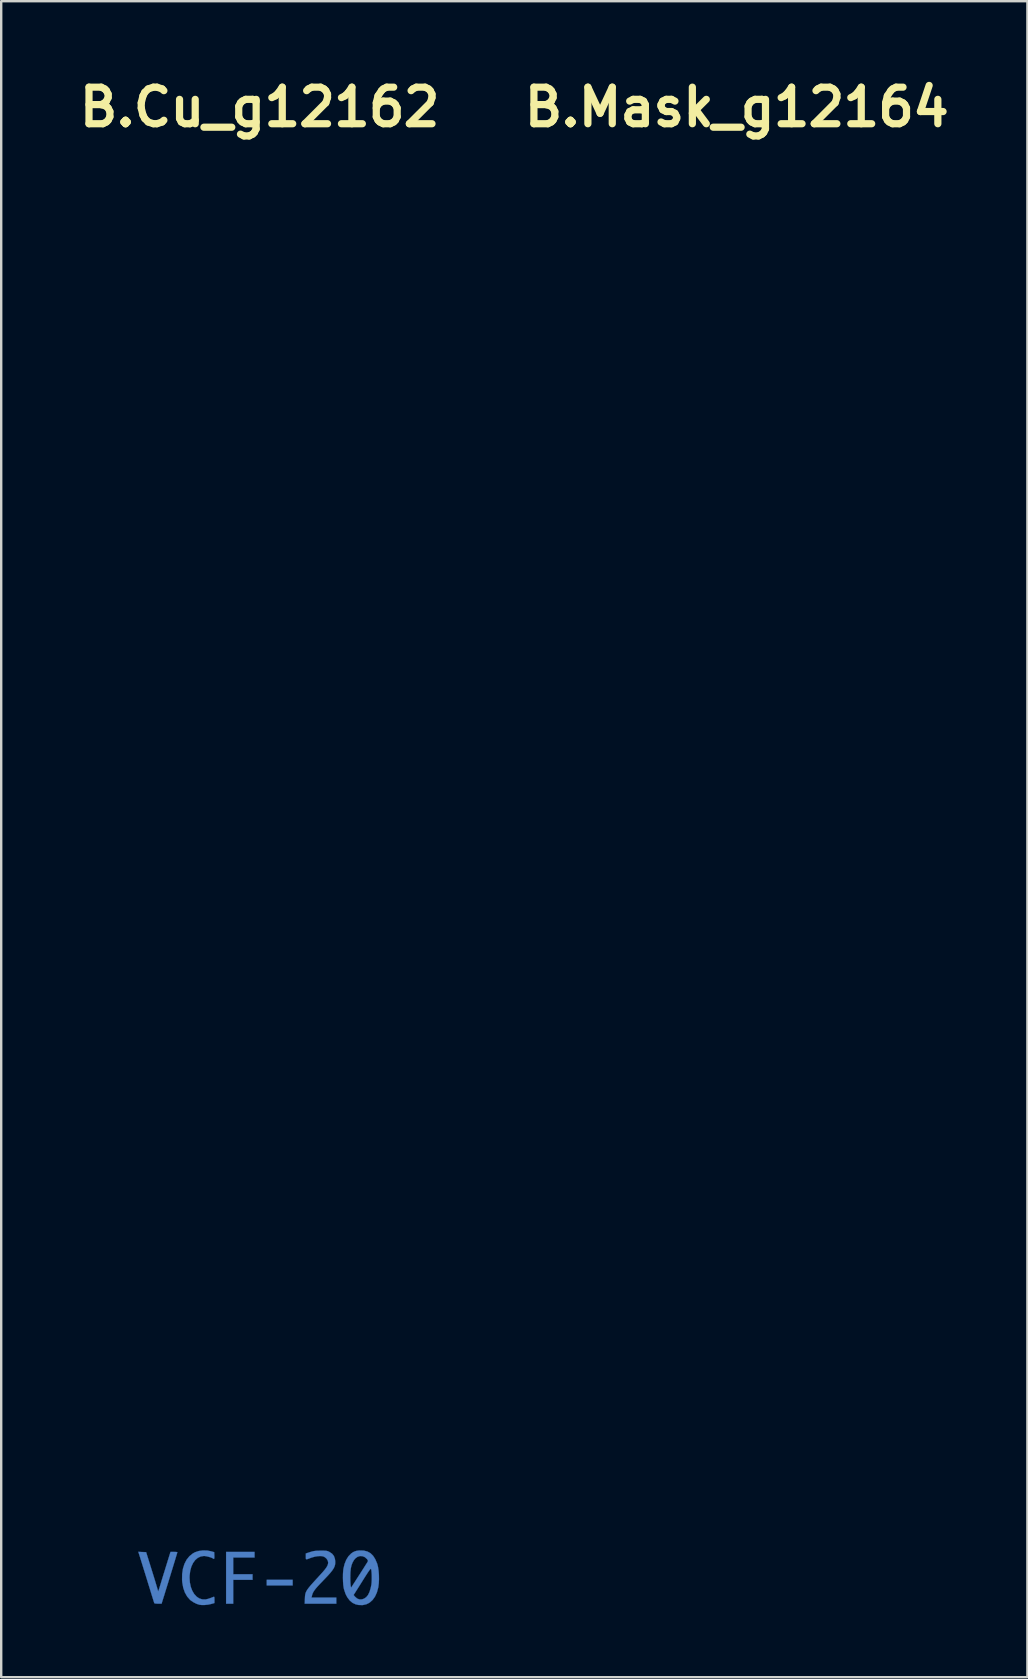
<source format=kicad_pcb>
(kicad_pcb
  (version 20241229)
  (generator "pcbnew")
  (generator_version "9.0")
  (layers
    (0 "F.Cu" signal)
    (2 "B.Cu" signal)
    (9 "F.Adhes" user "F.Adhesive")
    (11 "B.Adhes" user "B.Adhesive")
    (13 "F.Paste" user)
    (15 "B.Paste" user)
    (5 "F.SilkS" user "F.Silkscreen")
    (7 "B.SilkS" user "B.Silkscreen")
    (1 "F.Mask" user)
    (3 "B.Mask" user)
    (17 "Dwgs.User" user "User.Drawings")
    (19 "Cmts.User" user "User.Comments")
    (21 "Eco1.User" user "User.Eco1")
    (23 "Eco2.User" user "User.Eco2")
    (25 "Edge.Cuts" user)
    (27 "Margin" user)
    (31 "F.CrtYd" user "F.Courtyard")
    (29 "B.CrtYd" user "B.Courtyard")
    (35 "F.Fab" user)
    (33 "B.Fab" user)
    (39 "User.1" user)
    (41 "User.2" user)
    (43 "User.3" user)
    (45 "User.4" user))
  (footprint "B.Cu_g12162"
    (layer "F.Cu")
    (at 7.772 1.418)
    (property "Reference" "B.Cu_g12162" (at 0 0 0) (layer "F.SilkS") (effects (font (size 1.524 1.524) (thickness 0.3))))
    (attr through_hole)
    (fp_poly (pts (xy 1.376 61.616) (xy 0.296 61.616) (xy 0.296 61.383) (xy 1.376 61.383) (xy 1.376 61.616)) (stroke (width 0.01) (type solid)) (fill yes) (layer "B.Cu"))
    (fp_poly (pts (xy -0.212 60.452) (xy -1.101 60.452) (xy -1.101 61.151) (xy -0.296 61.151) (xy -0.296 61.383) (xy -1.101 61.383) (xy -1.101 62.378) (xy -1.397 62.378) (xy -1.397 60.219) (xy -0.212 60.219) (xy -0.212 60.452)) (stroke (width 0.01) (type solid)) (fill yes) (layer "B.Cu"))
    (fp_poly (pts (xy -2.181 60.163) (xy -2.032 60.192) (xy -1.894 60.23) (xy -1.888 60.373) (xy -1.887 60.457) (xy -1.895 60.503) (xy -1.912 60.514) (xy -1.938 60.496) (xy -1.979 60.472) (xy -2.049 60.446) (xy -2.134 60.421) (xy -2.221 60.401) (xy -2.297 60.39) (xy -2.322 60.389) (xy -2.457 60.41) (xy -2.579 60.468) (xy -2.686 60.56) (xy -2.775 60.683) (xy -2.846 60.834) (xy -2.894 61.009) (xy -2.918 61.204) (xy -2.921 61.295) (xy -2.908 61.494) (xy -2.87 61.676) (xy -2.809 61.836) (xy -2.729 61.972) (xy -2.632 62.079) (xy -2.52 62.156) (xy -2.396 62.197) (xy -2.261 62.201) (xy -2.239 62.198) (xy -2.145 62.176) (xy -2.029 62.136) (xy -1.921 62.093) (xy -1.901 62.089) (xy -1.89 62.103) (xy -1.885 62.144) (xy -1.884 62.214) (xy -1.884 62.351) (xy -2.016 62.389) (xy -2.149 62.417) (xy -2.291 62.432) (xy -2.424 62.432) (xy -2.511 62.421) (xy -2.629 62.383) (xy -2.753 62.321) (xy -2.865 62.246) (xy -2.899 62.218) (xy -3.02 62.08) (xy -3.116 61.911) (xy -3.184 61.714) (xy -3.224 61.491) (xy -3.233 61.383) (xy -3.229 61.14) (xy -3.196 60.918) (xy -3.133 60.718) (xy -3.043 60.544) (xy -2.926 60.399) (xy -2.784 60.284) (xy -2.693 60.234) (xy -2.537 60.182) (xy -2.362 60.158) (xy -2.181 60.163)) (stroke (width 0.01) (type solid)) (fill yes) (layer "B.Cu"))
    (fp_poly (pts (xy -4.894 60.224) (xy -4.731 60.23) (xy -4.483 61.023) (xy -4.428 61.2) (xy -4.377 61.365) (xy -4.332 61.514) (xy -4.294 61.642) (xy -4.264 61.745) (xy -4.243 61.818) (xy -4.234 61.856) (xy -4.233 61.86) (xy -4.227 61.858) (xy -4.212 61.821) (xy -4.189 61.757) (xy -4.162 61.67) (xy -4.162 61.669) (xy -4.137 61.587) (xy -4.102 61.473) (xy -4.06 61.333) (xy -4.012 61.177) (xy -3.96 61.011) (xy -3.909 60.844) (xy -3.904 60.828) (xy -3.715 60.219) (xy -3.572 60.219) (xy -3.5 60.221) (xy -3.449 60.226) (xy -3.429 60.233) (xy -3.429 60.233) (xy -3.435 60.255) (xy -3.452 60.313) (xy -3.479 60.403) (xy -3.514 60.519) (xy -3.556 60.658) (xy -3.604 60.814) (xy -3.656 60.984) (xy -3.711 61.163) (xy -3.767 61.345) (xy -3.823 61.528) (xy -3.878 61.705) (xy -3.93 61.873) (xy -3.977 62.027) (xy -4.003 62.108) (xy -4.087 62.378) (xy -4.235 62.378) (xy -4.328 62.374) (xy -4.38 62.363) (xy -4.392 62.352) (xy -4.4 62.327) (xy -4.42 62.265) (xy -4.449 62.172) (xy -4.487 62.05) (xy -4.532 61.904) (xy -4.583 61.737) (xy -4.64 61.555) (xy -4.699 61.362) (xy -4.76 61.165) (xy -4.818 60.978) (xy -4.872 60.805) (xy -4.92 60.65) (xy -4.961 60.519) (xy -4.993 60.415) (xy -5.016 60.343) (xy -5.027 60.308) (xy -5.057 60.217) (xy -4.894 60.224)) (stroke (width 0.01) (type solid)) (fill yes) (layer "B.Cu"))
    (fp_poly (pts (xy 2.734 60.17) (xy 2.792 60.177) (xy 2.838 60.188) (xy 2.883 60.207) (xy 2.91 60.221) (xy 3.021 60.295) (xy 3.096 60.389) (xy 3.138 60.507) (xy 3.15 60.602) (xy 3.151 60.683) (xy 3.143 60.758) (xy 3.121 60.831) (xy 3.084 60.907) (xy 3.029 60.99) (xy 2.953 61.086) (xy 2.852 61.2) (xy 2.724 61.335) (xy 2.667 61.394) (xy 2.534 61.533) (xy 2.428 61.646) (xy 2.346 61.74) (xy 2.285 61.819) (xy 2.241 61.887) (xy 2.21 61.948) (xy 2.19 62.009) (xy 2.184 62.034) (xy 2.163 62.124) (xy 3.196 62.124) (xy 3.196 62.378) (xy 1.88 62.378) (xy 1.887 62.172) (xy 1.89 62.095) (xy 1.896 62.029) (xy 1.906 61.97) (xy 1.924 61.912) (xy 1.952 61.853) (xy 1.992 61.787) (xy 2.047 61.713) (xy 2.12 61.624) (xy 2.214 61.518) (xy 2.33 61.39) (xy 2.471 61.236) (xy 2.524 61.178) (xy 2.639 61.051) (xy 2.726 60.947) (xy 2.788 60.861) (xy 2.828 60.789) (xy 2.85 60.724) (xy 2.857 60.662) (xy 2.857 60.658) (xy 2.838 60.577) (xy 2.787 60.5) (xy 2.714 60.438) (xy 2.652 60.408) (xy 2.558 60.392) (xy 2.439 60.396) (xy 2.308 60.416) (xy 2.176 60.453) (xy 2.148 60.462) (xy 2.051 60.499) (xy 1.987 60.522) (xy 1.95 60.527) (xy 1.931 60.516) (xy 1.926 60.484) (xy 1.926 60.432) (xy 1.926 60.413) (xy 1.926 60.285) (xy 2.101 60.228) (xy 2.185 60.202) (xy 2.261 60.185) (xy 2.341 60.175) (xy 2.44 60.17) (xy 2.54 60.168) (xy 2.653 60.168) (xy 2.734 60.17)) (stroke (width 0.01) (type solid)) (fill yes) (layer "B.Cu"))
    (fp_poly (pts (xy 4.34 60.165) (xy 4.49 60.202) (xy 4.618 60.272) (xy 4.727 60.378) (xy 4.819 60.521) (xy 4.897 60.703) (xy 4.903 60.72) (xy 4.935 60.847) (xy 4.958 61.004) (xy 4.972 61.177) (xy 4.975 61.356) (xy 4.967 61.528) (xy 4.948 61.681) (xy 4.944 61.702) (xy 4.889 61.907) (xy 4.81 62.08) (xy 4.709 62.222) (xy 4.589 62.329) (xy 4.451 62.401) (xy 4.299 62.436) (xy 4.133 62.433) (xy 4.005 62.405) (xy 3.877 62.346) (xy 3.761 62.25) (xy 3.661 62.121) (xy 3.605 62.016) (xy 3.916 62.016) (xy 3.973 62.083) (xy 4.062 62.162) (xy 4.16 62.2) (xy 4.267 62.197) (xy 4.352 62.168) (xy 4.442 62.108) (xy 4.518 62.016) (xy 4.58 61.888) (xy 4.63 61.723) (xy 4.658 61.587) (xy 4.667 61.507) (xy 4.673 61.406) (xy 4.674 61.295) (xy 4.673 61.182) (xy 4.667 61.08) (xy 4.659 60.996) (xy 4.648 60.942) (xy 4.644 60.933) (xy 4.634 60.926) (xy 4.617 60.935) (xy 4.592 60.963) (xy 4.555 61.013) (xy 4.504 61.088) (xy 4.436 61.193) (xy 4.349 61.33) (xy 4.341 61.343) (xy 4.259 61.474) (xy 4.181 61.599) (xy 4.109 61.712) (xy 4.05 61.806) (xy 4.006 61.875) (xy 3.988 61.904) (xy 3.916 62.016) (xy 3.605 62.016) (xy 3.579 61.964) (xy 3.519 61.784) (xy 3.504 61.718) (xy 3.487 61.6) (xy 3.477 61.456) (xy 3.472 61.298) (xy 3.473 61.267) (xy 3.778 61.267) (xy 3.78 61.411) (xy 3.785 61.53) (xy 3.793 61.621) (xy 3.803 61.679) (xy 3.815 61.7) (xy 3.82 61.698) (xy 3.833 61.679) (xy 3.865 61.629) (xy 3.915 61.552) (xy 3.979 61.453) (xy 4.054 61.336) (xy 4.137 61.206) (xy 4.159 61.172) (xy 4.245 61.038) (xy 4.324 60.915) (xy 4.392 60.806) (xy 4.448 60.718) (xy 4.488 60.655) (xy 4.509 60.621) (xy 4.51 60.618) (xy 4.515 60.582) (xy 4.489 60.535) (xy 4.474 60.516) (xy 4.384 60.437) (xy 4.283 60.396) (xy 4.179 60.393) (xy 4.077 60.426) (xy 3.984 60.496) (xy 3.929 60.565) (xy 3.87 60.67) (xy 3.828 60.783) (xy 3.799 60.914) (xy 3.783 61.069) (xy 3.778 61.257) (xy 3.778 61.267) (xy 3.473 61.267) (xy 3.474 61.142) (xy 3.483 61.001) (xy 3.493 60.923) (xy 3.54 60.725) (xy 3.61 60.55) (xy 3.702 60.403) (xy 3.812 60.289) (xy 3.892 60.233) (xy 3.969 60.196) (xy 4.044 60.174) (xy 4.137 60.162) (xy 4.167 60.16) (xy 4.34 60.165)) (stroke (width 0.01) (type solid)) (fill yes) (layer "B.Cu")))
  (footprint "B.Mask_g12164"
    (layer "F.Cu")
    (at 27.66 1.418)
    (property "Reference" "B.Mask_g12164" (at 0 0 0) (layer "F.SilkS") (effects (font (size 1.524 1.524) (thickness 0.3))))
    (attr through_hole)
    (fp_poly (pts (xy 1.376 61.616) (xy 0.296 61.616) (xy 0.296 61.383) (xy 1.376 61.383) (xy 1.376 61.616)) (stroke (width 0.01) (type solid)) (fill yes) (layer "B.Mask"))
    (fp_poly (pts (xy -0.212 60.452) (xy -1.101 60.452) (xy -1.101 61.151) (xy -0.296 61.151) (xy -0.296 61.383) (xy -1.101 61.383) (xy -1.101 62.378) (xy -1.397 62.378) (xy -1.397 60.219) (xy -0.212 60.219) (xy -0.212 60.452)) (stroke (width 0.01) (type solid)) (fill yes) (layer "B.Mask"))
    (fp_poly (pts (xy -2.181 60.163) (xy -2.032 60.192) (xy -1.894 60.23) (xy -1.888 60.373) (xy -1.887 60.457) (xy -1.895 60.503) (xy -1.912 60.514) (xy -1.938 60.496) (xy -1.979 60.472) (xy -2.049 60.446) (xy -2.134 60.421) (xy -2.221 60.401) (xy -2.297 60.39) (xy -2.322 60.389) (xy -2.457 60.41) (xy -2.579 60.468) (xy -2.686 60.56) (xy -2.775 60.683) (xy -2.846 60.834) (xy -2.894 61.009) (xy -2.918 61.204) (xy -2.921 61.295) (xy -2.908 61.494) (xy -2.87 61.676) (xy -2.809 61.836) (xy -2.729 61.972) (xy -2.632 62.079) (xy -2.52 62.156) (xy -2.396 62.197) (xy -2.261 62.201) (xy -2.239 62.198) (xy -2.145 62.176) (xy -2.029 62.136) (xy -1.921 62.093) (xy -1.901 62.089) (xy -1.89 62.103) (xy -1.885 62.144) (xy -1.884 62.214) (xy -1.884 62.351) (xy -2.016 62.389) (xy -2.149 62.417) (xy -2.291 62.432) (xy -2.424 62.432) (xy -2.511 62.421) (xy -2.629 62.383) (xy -2.753 62.321) (xy -2.865 62.246) (xy -2.899 62.218) (xy -3.02 62.08) (xy -3.116 61.911) (xy -3.184 61.714) (xy -3.224 61.491) (xy -3.233 61.383) (xy -3.229 61.14) (xy -3.196 60.918) (xy -3.133 60.718) (xy -3.043 60.544) (xy -2.926 60.399) (xy -2.784 60.284) (xy -2.693 60.234) (xy -2.537 60.182) (xy -2.362 60.158) (xy -2.181 60.163)) (stroke (width 0.01) (type solid)) (fill yes) (layer "B.Mask"))
    (fp_poly (pts (xy -4.894 60.224) (xy -4.731 60.23) (xy -4.483 61.023) (xy -4.428 61.2) (xy -4.377 61.365) (xy -4.332 61.514) (xy -4.294 61.642) (xy -4.264 61.745) (xy -4.243 61.818) (xy -4.234 61.856) (xy -4.233 61.86) (xy -4.227 61.858) (xy -4.212 61.821) (xy -4.189 61.757) (xy -4.162 61.67) (xy -4.162 61.669) (xy -4.137 61.587) (xy -4.102 61.473) (xy -4.06 61.333) (xy -4.012 61.177) (xy -3.96 61.011) (xy -3.909 60.844) (xy -3.904 60.828) (xy -3.715 60.219) (xy -3.572 60.219) (xy -3.5 60.221) (xy -3.449 60.226) (xy -3.429 60.233) (xy -3.429 60.233) (xy -3.435 60.255) (xy -3.452 60.313) (xy -3.479 60.403) (xy -3.514 60.519) (xy -3.556 60.658) (xy -3.604 60.814) (xy -3.656 60.984) (xy -3.711 61.163) (xy -3.767 61.345) (xy -3.823 61.528) (xy -3.878 61.705) (xy -3.93 61.873) (xy -3.977 62.027) (xy -4.003 62.108) (xy -4.087 62.378) (xy -4.235 62.378) (xy -4.328 62.374) (xy -4.38 62.363) (xy -4.392 62.352) (xy -4.4 62.327) (xy -4.42 62.265) (xy -4.449 62.172) (xy -4.487 62.05) (xy -4.532 61.904) (xy -4.583 61.737) (xy -4.64 61.555) (xy -4.699 61.362) (xy -4.76 61.165) (xy -4.818 60.978) (xy -4.872 60.805) (xy -4.92 60.65) (xy -4.961 60.519) (xy -4.993 60.415) (xy -5.016 60.343) (xy -5.027 60.308) (xy -5.057 60.217) (xy -4.894 60.224)) (stroke (width 0.01) (type solid)) (fill yes) (layer "B.Mask"))
    (fp_poly (pts (xy 2.734 60.17) (xy 2.792 60.177) (xy 2.838 60.188) (xy 2.883 60.207) (xy 2.91 60.221) (xy 3.021 60.295) (xy 3.096 60.389) (xy 3.138 60.507) (xy 3.15 60.602) (xy 3.151 60.683) (xy 3.143 60.758) (xy 3.121 60.831) (xy 3.084 60.907) (xy 3.029 60.99) (xy 2.953 61.086) (xy 2.852 61.2) (xy 2.724 61.335) (xy 2.667 61.394) (xy 2.534 61.533) (xy 2.428 61.646) (xy 2.346 61.74) (xy 2.285 61.819) (xy 2.241 61.887) (xy 2.21 61.948) (xy 2.19 62.009) (xy 2.184 62.034) (xy 2.163 62.124) (xy 3.196 62.124) (xy 3.196 62.378) (xy 1.88 62.378) (xy 1.887 62.172) (xy 1.89 62.095) (xy 1.896 62.029) (xy 1.906 61.97) (xy 1.924 61.912) (xy 1.952 61.853) (xy 1.992 61.787) (xy 2.047 61.713) (xy 2.12 61.624) (xy 2.214 61.518) (xy 2.33 61.39) (xy 2.471 61.236) (xy 2.524 61.178) (xy 2.639 61.051) (xy 2.726 60.947) (xy 2.788 60.861) (xy 2.828 60.789) (xy 2.85 60.724) (xy 2.857 60.662) (xy 2.857 60.658) (xy 2.838 60.577) (xy 2.787 60.5) (xy 2.714 60.438) (xy 2.652 60.408) (xy 2.558 60.392) (xy 2.439 60.396) (xy 2.308 60.416) (xy 2.176 60.453) (xy 2.148 60.462) (xy 2.051 60.499) (xy 1.987 60.522) (xy 1.95 60.527) (xy 1.931 60.516) (xy 1.926 60.484) (xy 1.926 60.432) (xy 1.926 60.413) (xy 1.926 60.285) (xy 2.101 60.228) (xy 2.185 60.202) (xy 2.261 60.185) (xy 2.341 60.175) (xy 2.44 60.17) (xy 2.54 60.168) (xy 2.653 60.168) (xy 2.734 60.17)) (stroke (width 0.01) (type solid)) (fill yes) (layer "B.Mask"))
    (fp_poly (pts (xy 4.34 60.165) (xy 4.49 60.202) (xy 4.618 60.272) (xy 4.727 60.378) (xy 4.819 60.521) (xy 4.897 60.703) (xy 4.903 60.72) (xy 4.935 60.847) (xy 4.958 61.004) (xy 4.972 61.177) (xy 4.975 61.356) (xy 4.967 61.528) (xy 4.948 61.681) (xy 4.944 61.702) (xy 4.889 61.907) (xy 4.81 62.08) (xy 4.709 62.222) (xy 4.589 62.329) (xy 4.451 62.401) (xy 4.299 62.436) (xy 4.133 62.433) (xy 4.005 62.405) (xy 3.877 62.346) (xy 3.761 62.25) (xy 3.661 62.121) (xy 3.605 62.016) (xy 3.916 62.016) (xy 3.973 62.083) (xy 4.062 62.162) (xy 4.16 62.2) (xy 4.267 62.197) (xy 4.352 62.168) (xy 4.442 62.108) (xy 4.518 62.016) (xy 4.58 61.888) (xy 4.63 61.723) (xy 4.658 61.587) (xy 4.667 61.507) (xy 4.673 61.406) (xy 4.674 61.295) (xy 4.673 61.182) (xy 4.667 61.08) (xy 4.659 60.996) (xy 4.648 60.942) (xy 4.644 60.933) (xy 4.634 60.926) (xy 4.617 60.935) (xy 4.592 60.963) (xy 4.555 61.013) (xy 4.504 61.088) (xy 4.436 61.193) (xy 4.349 61.33) (xy 4.341 61.343) (xy 4.259 61.474) (xy 4.181 61.599) (xy 4.109 61.712) (xy 4.05 61.806) (xy 4.006 61.875) (xy 3.988 61.904) (xy 3.916 62.016) (xy 3.605 62.016) (xy 3.579 61.964) (xy 3.519 61.784) (xy 3.504 61.718) (xy 3.487 61.6) (xy 3.477 61.456) (xy 3.472 61.298) (xy 3.473 61.267) (xy 3.778 61.267) (xy 3.78 61.411) (xy 3.785 61.53) (xy 3.793 61.621) (xy 3.803 61.679) (xy 3.815 61.7) (xy 3.82 61.698) (xy 3.833 61.679) (xy 3.865 61.629) (xy 3.915 61.552) (xy 3.979 61.453) (xy 4.054 61.336) (xy 4.137 61.206) (xy 4.159 61.172) (xy 4.245 61.038) (xy 4.324 60.915) (xy 4.392 60.806) (xy 4.448 60.718) (xy 4.488 60.655) (xy 4.509 60.621) (xy 4.51 60.618) (xy 4.515 60.582) (xy 4.489 60.535) (xy 4.474 60.516) (xy 4.384 60.437) (xy 4.283 60.396) (xy 4.179 60.393) (xy 4.077 60.426) (xy 3.984 60.496) (xy 3.929 60.565) (xy 3.87 60.67) (xy 3.828 60.783) (xy 3.799 60.914) (xy 3.783 61.069) (xy 3.778 61.257) (xy 3.778 61.267) (xy 3.473 61.267) (xy 3.474 61.142) (xy 3.483 61.001) (xy 3.493 60.923) (xy 3.54 60.725) (xy 3.61 60.55) (xy 3.702 60.403) (xy 3.812 60.289) (xy 3.892 60.233) (xy 3.969 60.196) (xy 4.044 60.174) (xy 4.137 60.162) (xy 4.167 60.16) (xy 4.34 60.165)) (stroke (width 0.01) (type solid)) (fill yes) (layer "B.Mask")))
  (gr_rect
    (start -3 -3)
    (end 39.775 66.859)
    (stroke (width 0.1) (type default))
    (fill no)
    (layer "Edge.Cuts")))
</source>
